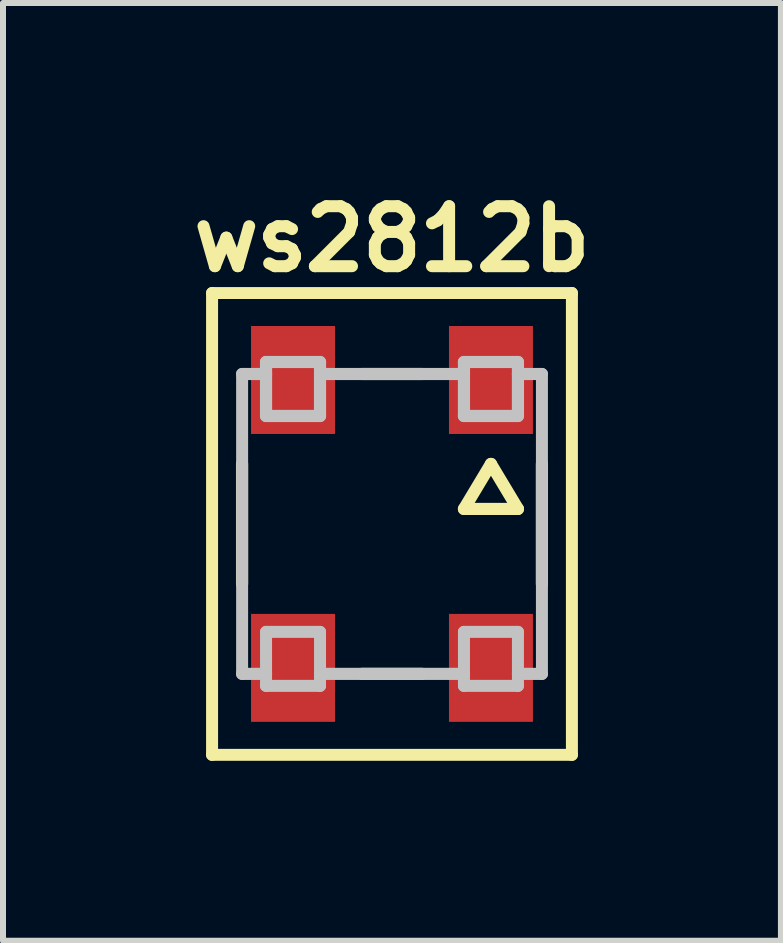
<source format=kicad_pcb>
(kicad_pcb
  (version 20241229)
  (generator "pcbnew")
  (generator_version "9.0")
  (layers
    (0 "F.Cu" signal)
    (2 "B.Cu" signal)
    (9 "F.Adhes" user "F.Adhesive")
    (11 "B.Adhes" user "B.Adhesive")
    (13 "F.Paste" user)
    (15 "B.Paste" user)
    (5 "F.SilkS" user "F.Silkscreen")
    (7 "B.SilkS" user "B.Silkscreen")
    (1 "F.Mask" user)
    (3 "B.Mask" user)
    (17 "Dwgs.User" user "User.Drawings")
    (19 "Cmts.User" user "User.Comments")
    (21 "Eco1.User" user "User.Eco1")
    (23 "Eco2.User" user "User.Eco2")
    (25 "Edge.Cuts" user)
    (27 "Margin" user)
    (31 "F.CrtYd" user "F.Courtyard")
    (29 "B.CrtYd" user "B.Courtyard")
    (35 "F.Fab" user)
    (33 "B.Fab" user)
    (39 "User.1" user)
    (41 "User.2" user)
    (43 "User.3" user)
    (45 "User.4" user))
  (footprint "ws2812b"
    (layer "F.Cu")
    (at 3.486 5.686)
    (property "Reference" "ws2812b" (at 0 -4.75 0) (layer "F.SilkS") (effects (font (size 1 1) (thickness 0.2))))
    (attr through_hole)
    (fp_line (start -3 -3.85) (end 3 -3.85) (stroke (width 0.2) (type solid)) (layer "F.SilkS"))
    (fp_line (start -3 3.85) (end -3 -3.85) (stroke (width 0.2) (type solid)) (layer "F.SilkS"))
    (fp_line (start -2.5 -1) (end -2.5 1) (stroke (width 0.203) (type solid)) (layer "F.SilkS"))
    (fp_line (start -0.5 -2.5) (end 0.5 -2.5) (stroke (width 0.203) (type solid)) (layer "F.SilkS"))
    (fp_line (start -0.5 2.5) (end 0.5 2.5) (stroke (width 0.203) (type solid)) (layer "F.SilkS"))
    (fp_line (start 1.2 -0.25) (end 2.1 -0.25) (stroke (width 0.203) (type solid)) (layer "F.SilkS"))
    (fp_line (start 1.65 -1) (end 1.2 -0.25) (stroke (width 0.203) (type solid)) (layer "F.SilkS"))
    (fp_line (start 2.1 -0.25) (end 1.65 -1) (stroke (width 0.203) (type solid)) (layer "F.SilkS"))
    (fp_line (start 2.5 -1) (end 2.5 1) (stroke (width 0.203) (type solid)) (layer "F.SilkS"))
    (fp_line (start 3 -3.85) (end 3 3.85) (stroke (width 0.2) (type solid)) (layer "F.SilkS"))
    (fp_line (start 3 3.85) (end -3 3.85) (stroke (width 0.2) (type solid)) (layer "F.SilkS"))
    (fp_line (start -2.5 -2.5) (end -2.1 -2.5) (stroke (width 0.203) (type solid)) (layer "Dwgs.User"))
    (fp_line (start -2.5 2.5) (end -2.1 2.5) (stroke (width 0.203) (type solid)) (layer "Dwgs.User"))
    (fp_line (start -2.499 2.499) (end -2.499 -2.499) (stroke (width 0.2) (type solid)) (layer "Dwgs.User"))
    (fp_line (start -2.1 -2.7) (end -1.2 -2.7) (stroke (width 0.203) (type solid)) (layer "Dwgs.User"))
    (fp_line (start -2.1 -1.8) (end -2.1 -2.7) (stroke (width 0.203) (type solid)) (layer "Dwgs.User"))
    (fp_line (start -2.1 1.8) (end -1.2 1.8) (stroke (width 0.2) (type solid)) (layer "Dwgs.User"))
    (fp_line (start -2.1 2.7) (end -2.1 1.8) (stroke (width 0.2) (type solid)) (layer "Dwgs.User"))
    (fp_line (start -1.2 -2.7) (end -1.2 -1.8) (stroke (width 0.203) (type solid)) (layer "Dwgs.User"))
    (fp_line (start -1.2 -2.5) (end 1.2 -2.5) (stroke (width 0.203) (type solid)) (layer "Dwgs.User"))
    (fp_line (start -1.2 -1.8) (end -2.1 -1.8) (stroke (width 0.203) (type solid)) (layer "Dwgs.User"))
    (fp_line (start -1.2 1.8) (end -1.2 2.7) (stroke (width 0.2) (type solid)) (layer "Dwgs.User"))
    (fp_line (start -1.2 2.5) (end 1.2 2.5) (stroke (width 0.203) (type solid)) (layer "Dwgs.User"))
    (fp_line (start -1.2 2.7) (end -2.1 2.7) (stroke (width 0.2) (type solid)) (layer "Dwgs.User"))
    (fp_line (start 1.2 -2.7) (end 1.2 -1.8) (stroke (width 0.203) (type solid)) (layer "Dwgs.User"))
    (fp_line (start 1.2 -1.8) (end 2.1 -1.8) (stroke (width 0.203) (type solid)) (layer "Dwgs.User"))
    (fp_line (start 1.2 1.8) (end 2.1 1.8) (stroke (width 0.2) (type solid)) (layer "Dwgs.User"))
    (fp_line (start 1.2 2.7) (end 1.2 1.8) (stroke (width 0.2) (type solid)) (layer "Dwgs.User"))
    (fp_line (start 2.1 -2.7) (end 1.2 -2.7) (stroke (width 0.203) (type solid)) (layer "Dwgs.User"))
    (fp_line (start 2.1 -2.5) (end 2.5 -2.5) (stroke (width 0.203) (type solid)) (layer "Dwgs.User"))
    (fp_line (start 2.1 -1.8) (end 2.1 -2.7) (stroke (width 0.203) (type solid)) (layer "Dwgs.User"))
    (fp_line (start 2.1 1.8) (end 2.1 2.7) (stroke (width 0.2) (type solid)) (layer "Dwgs.User"))
    (fp_line (start 2.1 2.5) (end 2.5 2.5) (stroke (width 0.203) (type solid)) (layer "Dwgs.User"))
    (fp_line (start 2.1 2.7) (end 1.2 2.7) (stroke (width 0.2) (type solid)) (layer "Dwgs.User"))
    (fp_line (start 2.5 -2.5) (end 2.5 2.5) (stroke (width 0.2) (type solid)) (layer "Dwgs.User"))
    (pad "1" smd rect (at 1.65 -2.4) (size 1.4 1.8) (layers "F.Cu" "F.Mask" "F.Paste"))
    (pad "2" smd rect (at -1.65 -2.4) (size 1.4 1.8) (layers "F.Cu" "F.Mask" "F.Paste"))
    (pad "3" smd rect (at -1.65 2.4) (size 1.4 1.8) (layers "F.Cu" "F.Mask" "F.Paste"))
    (pad "4" smd rect (at 1.65 2.4) (size 1.4 1.8) (layers "F.Cu" "F.Mask" "F.Paste")))
  (gr_rect
    (start -3 -3)
    (end 9.971 12.636)
    (stroke (width 0.1) (type default))
    (fill no)
    (layer "Edge.Cuts")))
</source>
